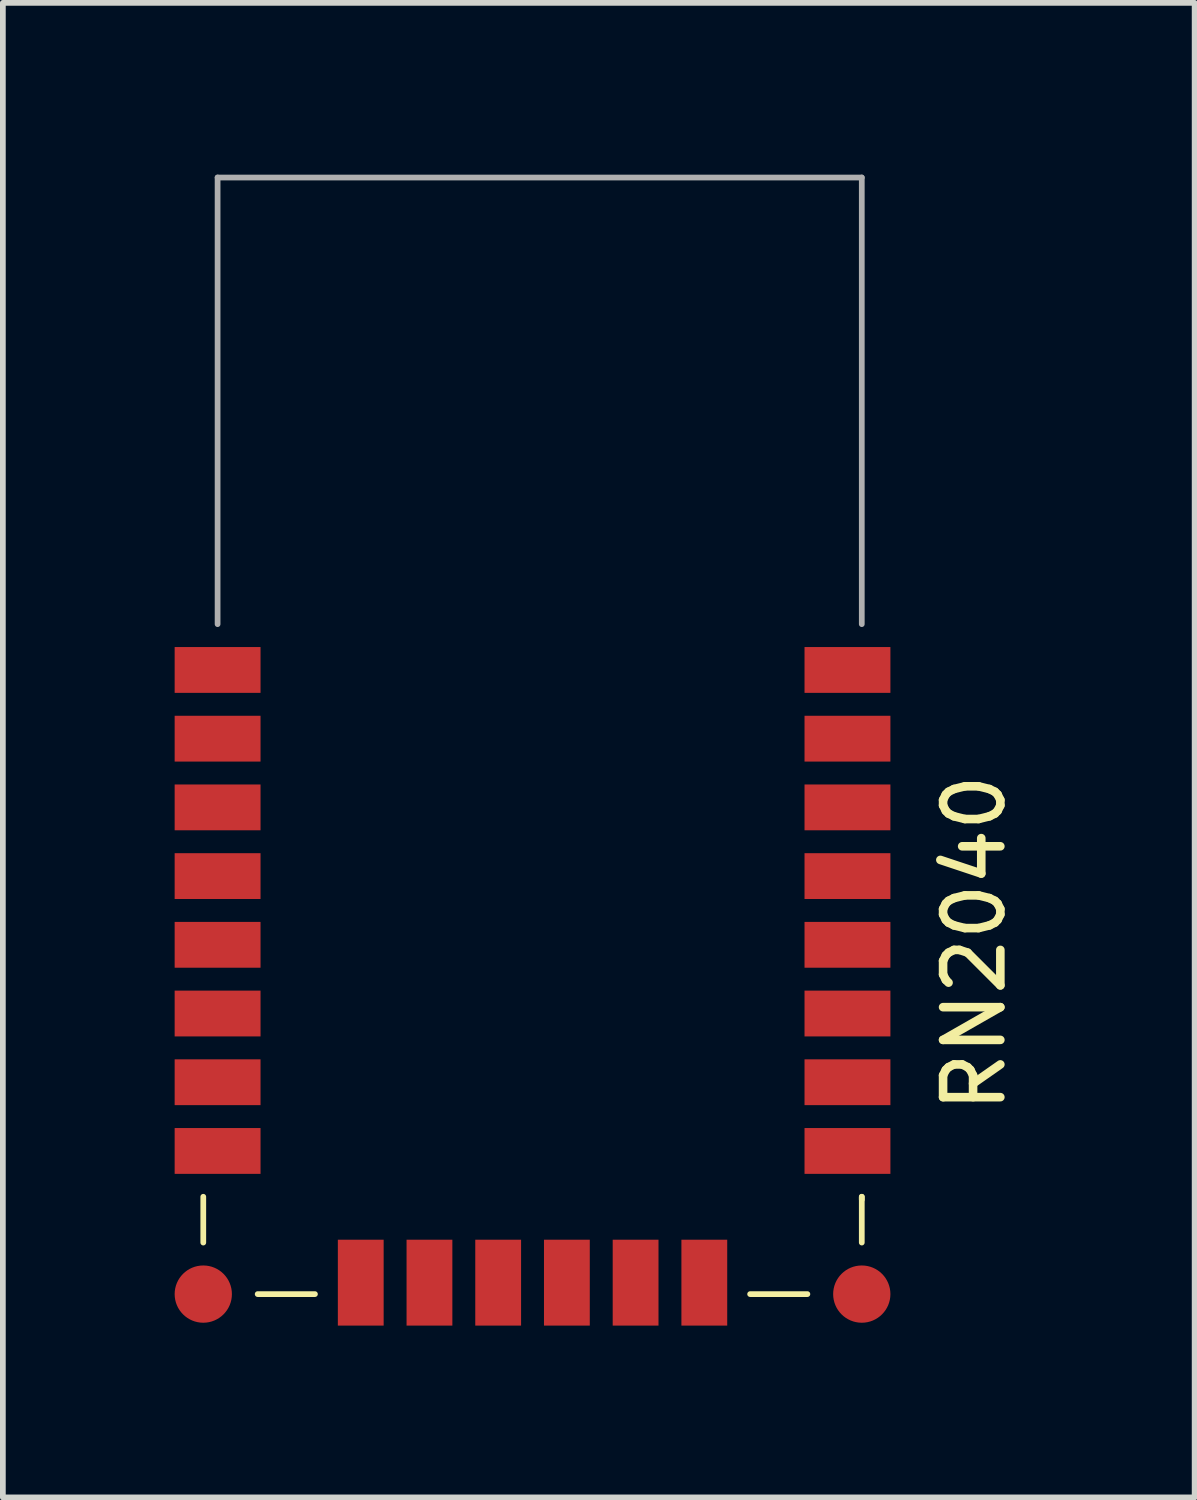
<source format=kicad_pcb>
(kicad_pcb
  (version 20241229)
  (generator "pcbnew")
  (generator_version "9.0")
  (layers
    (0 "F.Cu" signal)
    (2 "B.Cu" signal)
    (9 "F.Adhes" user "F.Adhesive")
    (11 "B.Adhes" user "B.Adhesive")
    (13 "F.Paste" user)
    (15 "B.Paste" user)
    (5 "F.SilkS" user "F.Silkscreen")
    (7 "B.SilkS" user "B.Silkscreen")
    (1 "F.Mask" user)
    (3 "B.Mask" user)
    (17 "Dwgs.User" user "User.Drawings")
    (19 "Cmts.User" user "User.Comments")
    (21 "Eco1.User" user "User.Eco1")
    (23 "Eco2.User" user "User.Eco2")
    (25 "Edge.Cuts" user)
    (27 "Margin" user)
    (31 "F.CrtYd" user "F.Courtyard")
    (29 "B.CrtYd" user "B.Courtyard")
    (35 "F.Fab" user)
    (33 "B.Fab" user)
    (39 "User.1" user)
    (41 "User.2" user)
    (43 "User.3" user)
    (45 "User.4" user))
  (footprint "RN2040"
    (layer "F.Cu")
    (at 6.465 9.92)
    (property "Reference" "RN2040" (at 7.5 3.5 90) (layer "F.SilkS") (effects (font (size 1 1) (thickness 0.15))))
    (attr through_hole)
    (fp_line (start -5.965 8.73) (end -5.965 7.93) (stroke (width 0.1) (type solid)) (layer "F.SilkS"))
    (fp_line (start -5.015 9.63) (end -4.015 9.63) (stroke (width 0.1) (type solid)) (layer "F.SilkS"))
    (fp_line (start 4.585 9.63) (end 3.585 9.63) (stroke (width 0.1) (type solid)) (layer "F.SilkS"))
    (fp_line (start 5.535 7.93) (end 5.535 7.98) (stroke (width 0.1) (type solid)) (layer "F.SilkS"))
    (fp_line (start 5.535 8.73) (end 5.535 7.93) (stroke (width 0.1) (type solid)) (layer "F.SilkS"))
    (fp_line (start -5.715 -9.87) (end 5.535 -9.87) (stroke (width 0.1) (type solid)) (layer "F.Fab"))
    (fp_line (start -5.715 -2.07) (end -5.715 -9.87) (stroke (width 0.1) (type solid)) (layer "F.Fab"))
    (fp_line (start 5.535 -2.07) (end 5.535 -9.87) (stroke (width 0.1) (type solid)) (layer "F.Fab"))
    (pad "1" smd rect (at -5.715 -1.27) (size 1.5 0.8) (layers "F.Cu" "F.Mask" "F.Paste"))
    (pad "2" smd rect (at -5.715 -0.07) (size 1.5 0.8) (layers "F.Cu" "F.Mask" "F.Paste"))
    (pad "3" smd rect (at -5.715 1.13) (size 1.5 0.8) (layers "F.Cu" "F.Mask" "F.Paste"))
    (pad "4" smd rect (at -5.715 2.33) (size 1.5 0.8) (layers "F.Cu" "F.Mask" "F.Paste"))
    (pad "5" smd rect (at -5.715 3.53) (size 1.5 0.8) (layers "F.Cu" "F.Mask" "F.Paste"))
    (pad "6" smd rect (at -5.715 4.73) (size 1.5 0.8) (layers "F.Cu" "F.Mask" "F.Paste"))
    (pad "7" smd rect (at -5.715 5.93) (size 1.5 0.8) (layers "F.Cu" "F.Mask" "F.Paste"))
    (pad "8" smd rect (at -5.715 7.13) (size 1.5 0.8) (layers "F.Cu" "F.Mask" "F.Paste"))
    (pad "9" smd circle (at -5.965 9.63) (size 1 1) (layers "F.Cu" "F.Mask" "F.Paste"))
    (pad "10" smd rect (at -3.215 9.43) (size 0.8 1.5) (layers "F.Cu" "F.Mask" "F.Paste"))
    (pad "11" smd rect (at -2.015 9.43) (size 0.8 1.5) (layers "F.Cu" "F.Mask" "F.Paste"))
    (pad "12" smd rect (at -0.815 9.43) (size 0.8 1.5) (layers "F.Cu" "F.Mask" "F.Paste"))
    (pad "13" smd rect (at 0.385 9.43) (size 0.8 1.5) (layers "F.Cu" "F.Mask" "F.Paste"))
    (pad "14" smd rect (at 1.585 9.43) (size 0.8 1.5) (layers "F.Cu" "F.Mask" "F.Paste"))
    (pad "15" smd rect (at 2.785 9.43) (size 0.8 1.5) (layers "F.Cu" "F.Mask" "F.Paste"))
    (pad "16" smd circle (at 5.535 9.63) (size 1 1) (layers "F.Cu" "F.Mask" "F.Paste"))
    (pad "17" smd rect (at 5.285 7.13) (size 1.5 0.8) (layers "F.Cu" "F.Mask" "F.Paste"))
    (pad "18" smd rect (at 5.285 5.93) (size 1.5 0.8) (layers "F.Cu" "F.Mask" "F.Paste"))
    (pad "19" smd rect (at 5.285 4.73) (size 1.5 0.8) (layers "F.Cu" "F.Mask" "F.Paste"))
    (pad "20" smd rect (at 5.285 3.53) (size 1.5 0.8) (layers "F.Cu" "F.Mask" "F.Paste"))
    (pad "21" smd rect (at 5.285 2.33) (size 1.5 0.8) (layers "F.Cu" "F.Mask" "F.Paste"))
    (pad "22" smd rect (at 5.285 1.13) (size 1.5 0.8) (layers "F.Cu" "F.Mask" "F.Paste"))
    (pad "23" smd rect (at 5.285 -0.07) (size 1.5 0.8) (layers "F.Cu" "F.Mask" "F.Paste"))
    (pad "24" smd rect (at 5.285 -1.27) (size 1.5 0.8) (layers "F.Cu" "F.Mask" "F.Paste")))
  (gr_rect
    (start -3 -3)
    (end 17.813 23.1)
    (stroke (width 0.1) (type default))
    (fill no)
    (layer "Edge.Cuts")))
</source>
